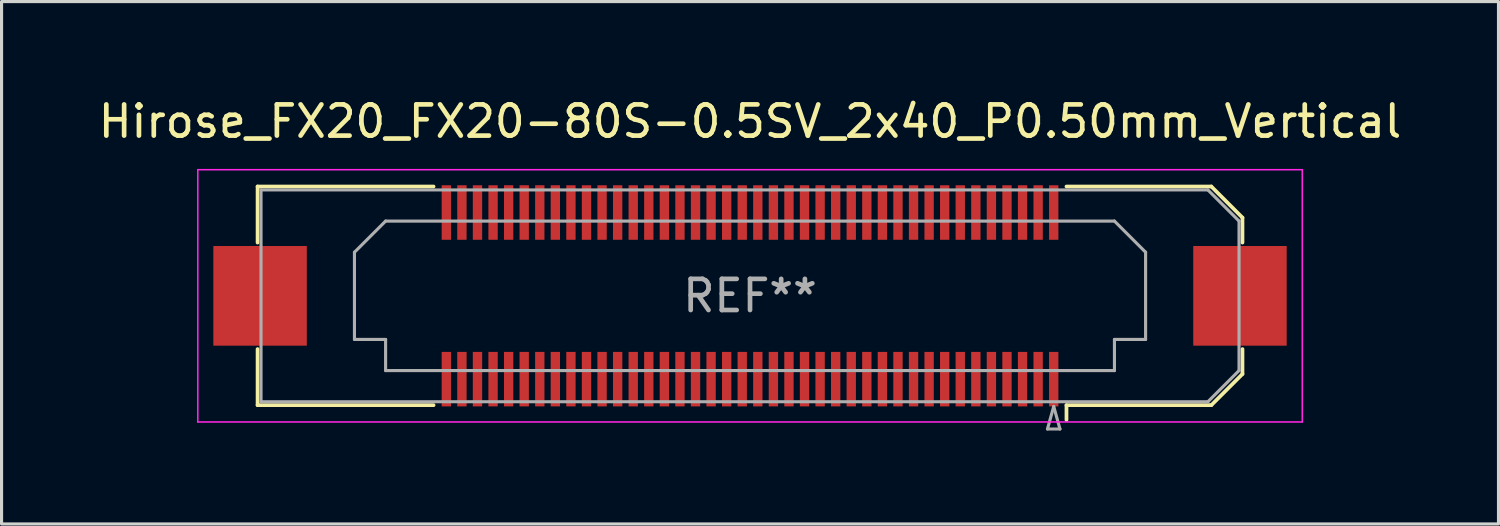
<source format=kicad_pcb>
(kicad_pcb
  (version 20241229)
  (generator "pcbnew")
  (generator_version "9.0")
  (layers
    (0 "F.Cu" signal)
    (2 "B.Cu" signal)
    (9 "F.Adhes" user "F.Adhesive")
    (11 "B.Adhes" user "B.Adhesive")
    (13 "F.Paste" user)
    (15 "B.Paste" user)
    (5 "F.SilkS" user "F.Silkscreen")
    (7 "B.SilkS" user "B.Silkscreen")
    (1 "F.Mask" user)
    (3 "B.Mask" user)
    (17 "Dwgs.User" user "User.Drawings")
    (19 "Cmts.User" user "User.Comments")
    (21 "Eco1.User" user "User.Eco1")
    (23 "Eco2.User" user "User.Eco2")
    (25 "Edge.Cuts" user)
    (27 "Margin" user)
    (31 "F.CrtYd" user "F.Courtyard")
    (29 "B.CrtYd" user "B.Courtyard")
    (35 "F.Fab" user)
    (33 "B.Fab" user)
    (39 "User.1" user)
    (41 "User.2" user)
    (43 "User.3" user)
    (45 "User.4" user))
  (footprint "Hirose_FX20_FX20-80S-0.5SV_2x40_P0.50mm_Vertical"
    (layer "F.Cu")
    (at 21.03 6.448)
    (property "Reference" "Hirose_FX20_FX20-80S-0.5SV_2x40_P0.50mm_Vertical" (at 0 -5.6 0) (layer "F.SilkS") (effects (font (size 1 1) (thickness 0.15))))
    (attr smd)
    (fp_line (start -15.81 -3.51) (end -10.16 -3.51) (stroke (width 0.12) (type solid)) (layer "F.SilkS"))
    (fp_line (start -15.81 -1.71) (end -15.81 -3.51) (stroke (width 0.12) (type solid)) (layer "F.SilkS"))
    (fp_line (start -15.81 3.51) (end -15.81 1.71) (stroke (width 0.12) (type solid)) (layer "F.SilkS"))
    (fp_line (start -10.16 3.51) (end -15.81 3.51) (stroke (width 0.12) (type solid)) (layer "F.SilkS"))
    (fp_line (start 10.16 3.51) (end 14.81 3.51) (stroke (width 0.12) (type solid)) (layer "F.SilkS"))
    (fp_line (start 10.16 3.983) (end 10.16 3.51) (stroke (width 0.12) (type solid)) (layer "F.SilkS"))
    (fp_line (start 14.81 -3.51) (end 10.16 -3.51) (stroke (width 0.12) (type solid)) (layer "F.SilkS"))
    (fp_line (start 14.81 3.51) (end 15.81 2.51) (stroke (width 0.12) (type solid)) (layer "F.SilkS"))
    (fp_line (start 15.81 -2.51) (end 14.81 -3.51) (stroke (width 0.12) (type solid)) (layer "F.SilkS"))
    (fp_line (start 15.81 -1.71) (end 15.81 -2.51) (stroke (width 0.12) (type solid)) (layer "F.SilkS"))
    (fp_line (start 15.81 2.51) (end 15.81 1.71) (stroke (width 0.12) (type solid)) (layer "F.SilkS"))
    (fp_line (start -17.73 -4.05) (end -17.73 4.05) (stroke (width 0.05) (type solid)) (layer "F.CrtYd"))
    (fp_line (start -17.73 4.05) (end 17.73 4.05) (stroke (width 0.05) (type solid)) (layer "F.CrtYd"))
    (fp_line (start 17.73 -4.05) (end -17.73 -4.05) (stroke (width 0.05) (type solid)) (layer "F.CrtYd"))
    (fp_line (start 17.73 4.05) (end 17.73 -4.05) (stroke (width 0.05) (type solid)) (layer "F.CrtYd"))
    (fp_line (start -15.7 -3.4) (end 14.7 -3.4) (stroke (width 0.1) (type solid)) (layer "F.Fab"))
    (fp_line (start -15.7 3.4) (end -15.7 -3.4) (stroke (width 0.1) (type solid)) (layer "F.Fab"))
    (fp_line (start -12.7 -1.4) (end -11.7 -2.4) (stroke (width 0.1) (type solid)) (layer "F.Fab"))
    (fp_line (start -12.7 1.4) (end -12.7 -1.4) (stroke (width 0.1) (type solid)) (layer "F.Fab"))
    (fp_line (start -11.7 -2.4) (end 11.7 -2.4) (stroke (width 0.1) (type solid)) (layer "F.Fab"))
    (fp_line (start -11.7 1.4) (end -12.7 1.4) (stroke (width 0.1) (type solid)) (layer "F.Fab"))
    (fp_line (start -11.7 2.4) (end -11.7 1.4) (stroke (width 0.1) (type solid)) (layer "F.Fab"))
    (fp_line (start 9.55 4.275) (end 9.95 4.275) (stroke (width 0.1) (type solid)) (layer "F.Fab"))
    (fp_line (start 9.75 3.55) (end 9.55 4.275) (stroke (width 0.1) (type solid)) (layer "F.Fab"))
    (fp_line (start 9.95 4.275) (end 9.75 3.55) (stroke (width 0.1) (type solid)) (layer "F.Fab"))
    (fp_line (start 11.7 -2.4) (end 12.7 -1.4) (stroke (width 0.1) (type solid)) (layer "F.Fab"))
    (fp_line (start 11.7 1.4) (end 11.7 2.4) (stroke (width 0.1) (type solid)) (layer "F.Fab"))
    (fp_line (start 11.7 2.4) (end -11.7 2.4) (stroke (width 0.1) (type solid)) (layer "F.Fab"))
    (fp_line (start 12.7 -1.4) (end 12.7 1.4) (stroke (width 0.1) (type solid)) (layer "F.Fab"))
    (fp_line (start 12.7 1.4) (end 11.7 1.4) (stroke (width 0.1) (type solid)) (layer "F.Fab"))
    (fp_line (start 14.7 -3.4) (end 15.7 -2.4) (stroke (width 0.1) (type solid)) (layer "F.Fab"))
    (fp_line (start 14.7 3.4) (end -15.7 3.4) (stroke (width 0.1) (type solid)) (layer "F.Fab"))
    (fp_line (start 15.7 -2.4) (end 15.7 2.4) (stroke (width 0.1) (type solid)) (layer "F.Fab"))
    (fp_line (start 15.7 2.4) (end 14.7 3.4) (stroke (width 0.1) (type solid)) (layer "F.Fab"))
    (fp_text user "REF**" (at 0 0 0) (layer "F.Fab") (effects (font (size 1 1) (thickness 0.15))))
    (pad "" smd rect (at -15.73 0) (size 2.98 3.18) (layers "F.Paste"))
    (pad "" smd rect (at -15.73 0) (size 3 3.2) (layers "F.Cu" "F.Mask"))
    (pad "" smd rect (at -9.75 -2.875) (size 0.28 1.35) (layers "F.Paste"))
    (pad "" smd rect (at -9.75 2.875) (size 0.28 1.35) (layers "F.Paste"))
    (pad "" smd rect (at -9.25 -2.875) (size 0.28 1.35) (layers "F.Paste"))
    (pad "" smd rect (at -9.25 2.875) (size 0.28 1.35) (layers "F.Paste"))
    (pad "" smd rect (at -8.75 -2.875) (size 0.28 1.35) (layers "F.Paste"))
    (pad "" smd rect (at -8.75 2.875) (size 0.28 1.35) (layers "F.Paste"))
    (pad "" smd rect (at -8.25 -2.875) (size 0.28 1.35) (layers "F.Paste"))
    (pad "" smd rect (at -8.25 2.875) (size 0.28 1.35) (layers "F.Paste"))
    (pad "" smd rect (at -7.75 -2.875) (size 0.28 1.35) (layers "F.Paste"))
    (pad "" smd rect (at -7.75 2.875) (size 0.28 1.35) (layers "F.Paste"))
    (pad "" smd rect (at -7.25 -2.875) (size 0.28 1.35) (layers "F.Paste"))
    (pad "" smd rect (at -7.25 2.875) (size 0.28 1.35) (layers "F.Paste"))
    (pad "" smd rect (at -6.75 -2.875) (size 0.28 1.35) (layers "F.Paste"))
    (pad "" smd rect (at -6.75 2.875) (size 0.28 1.35) (layers "F.Paste"))
    (pad "" smd rect (at -6.25 -2.875) (size 0.28 1.35) (layers "F.Paste"))
    (pad "" smd rect (at -6.25 2.875) (size 0.28 1.35) (layers "F.Paste"))
    (pad "" smd rect (at -5.75 -2.875) (size 0.28 1.35) (layers "F.Paste"))
    (pad "" smd rect (at -5.75 2.875) (size 0.28 1.35) (layers "F.Paste"))
    (pad "" smd rect (at -5.25 -2.875) (size 0.28 1.35) (layers "F.Paste"))
    (pad "" smd rect (at -5.25 2.875) (size 0.28 1.35) (layers "F.Paste"))
    (pad "" smd rect (at -4.75 -2.875) (size 0.28 1.35) (layers "F.Paste"))
    (pad "" smd rect (at -4.75 2.875) (size 0.28 1.35) (layers "F.Paste"))
    (pad "" smd rect (at -4.25 -2.875) (size 0.28 1.35) (layers "F.Paste"))
    (pad "" smd rect (at -4.25 2.875) (size 0.28 1.35) (layers "F.Paste"))
    (pad "" smd rect (at -3.75 -2.875) (size 0.28 1.35) (layers "F.Paste"))
    (pad "" smd rect (at -3.75 2.875) (size 0.28 1.35) (layers "F.Paste"))
    (pad "" smd rect (at -3.25 -2.875) (size 0.28 1.35) (layers "F.Paste"))
    (pad "" smd rect (at -3.25 2.875) (size 0.28 1.35) (layers "F.Paste"))
    (pad "" smd rect (at -2.75 -2.875) (size 0.28 1.35) (layers "F.Paste"))
    (pad "" smd rect (at -2.75 2.875) (size 0.28 1.35) (layers "F.Paste"))
    (pad "" smd rect (at -2.25 -2.875) (size 0.28 1.35) (layers "F.Paste"))
    (pad "" smd rect (at -2.25 2.875) (size 0.28 1.35) (layers "F.Paste"))
    (pad "" smd rect (at -1.75 -2.875) (size 0.28 1.35) (layers "F.Paste"))
    (pad "" smd rect (at -1.75 2.875) (size 0.28 1.35) (layers "F.Paste"))
    (pad "" smd rect (at -1.25 -2.875) (size 0.28 1.35) (layers "F.Paste"))
    (pad "" smd rect (at -1.25 2.875) (size 0.28 1.35) (layers "F.Paste"))
    (pad "" smd rect (at -0.75 -2.875) (size 0.28 1.35) (layers "F.Paste"))
    (pad "" smd rect (at -0.75 2.875) (size 0.28 1.35) (layers "F.Paste"))
    (pad "" smd rect (at -0.25 -2.875) (size 0.28 1.35) (layers "F.Paste"))
    (pad "" smd rect (at -0.25 2.875) (size 0.28 1.35) (layers "F.Paste"))
    (pad "" smd rect (at 0.25 -2.875) (size 0.28 1.35) (layers "F.Paste"))
    (pad "" smd rect (at 0.25 2.875) (size 0.28 1.35) (layers "F.Paste"))
    (pad "" smd rect (at 0.75 -2.875) (size 0.28 1.35) (layers "F.Paste"))
    (pad "" smd rect (at 0.75 2.875) (size 0.28 1.35) (layers "F.Paste"))
    (pad "" smd rect (at 1.25 -2.875) (size 0.28 1.35) (layers "F.Paste"))
    (pad "" smd rect (at 1.25 2.875) (size 0.28 1.35) (layers "F.Paste"))
    (pad "" smd rect (at 1.75 -2.875) (size 0.28 1.35) (layers "F.Paste"))
    (pad "" smd rect (at 1.75 2.875) (size 0.28 1.35) (layers "F.Paste"))
    (pad "" smd rect (at 2.25 -2.875) (size 0.28 1.35) (layers "F.Paste"))
    (pad "" smd rect (at 2.25 2.875) (size 0.28 1.35) (layers "F.Paste"))
    (pad "" smd rect (at 2.75 -2.875) (size 0.28 1.35) (layers "F.Paste"))
    (pad "" smd rect (at 2.75 2.875) (size 0.28 1.35) (layers "F.Paste"))
    (pad "" smd rect (at 3.25 -2.875) (size 0.28 1.35) (layers "F.Paste"))
    (pad "" smd rect (at 3.25 2.875) (size 0.28 1.35) (layers "F.Paste"))
    (pad "" smd rect (at 3.75 -2.875) (size 0.28 1.35) (layers "F.Paste"))
    (pad "" smd rect (at 3.75 2.875) (size 0.28 1.35) (layers "F.Paste"))
    (pad "" smd rect (at 4.25 -2.875) (size 0.28 1.35) (layers "F.Paste"))
    (pad "" smd rect (at 4.25 2.875) (size 0.28 1.35) (layers "F.Paste"))
    (pad "" smd rect (at 4.75 -2.875) (size 0.28 1.35) (layers "F.Paste"))
    (pad "" smd rect (at 4.75 2.875) (size 0.28 1.35) (layers "F.Paste"))
    (pad "" smd rect (at 5.25 -2.875) (size 0.28 1.35) (layers "F.Paste"))
    (pad "" smd rect (at 5.25 2.875) (size 0.28 1.35) (layers "F.Paste"))
    (pad "" smd rect (at 5.75 -2.875) (size 0.28 1.35) (layers "F.Paste"))
    (pad "" smd rect (at 5.75 2.875) (size 0.28 1.35) (layers "F.Paste"))
    (pad "" smd rect (at 6.25 -2.875) (size 0.28 1.35) (layers "F.Paste"))
    (pad "" smd rect (at 6.25 2.875) (size 0.28 1.35) (layers "F.Paste"))
    (pad "" smd rect (at 6.75 -2.875) (size 0.28 1.35) (layers "F.Paste"))
    (pad "" smd rect (at 6.75 2.875) (size 0.28 1.35) (layers "F.Paste"))
    (pad "" smd rect (at 7.25 -2.875) (size 0.28 1.35) (layers "F.Paste"))
    (pad "" smd rect (at 7.25 2.875) (size 0.28 1.35) (layers "F.Paste"))
    (pad "" smd rect (at 7.75 -2.875) (size 0.28 1.35) (layers "F.Paste"))
    (pad "" smd rect (at 7.75 2.875) (size 0.28 1.35) (layers "F.Paste"))
    (pad "" smd rect (at 8.25 -2.875) (size 0.28 1.35) (layers "F.Paste"))
    (pad "" smd rect (at 8.25 2.875) (size 0.28 1.35) (layers "F.Paste"))
    (pad "" smd rect (at 8.75 -2.875) (size 0.28 1.35) (layers "F.Paste"))
    (pad "" smd rect (at 8.75 2.875) (size 0.28 1.35) (layers "F.Paste"))
    (pad "" smd rect (at 9.25 -2.875) (size 0.28 1.35) (layers "F.Paste"))
    (pad "" smd rect (at 9.25 2.875) (size 0.28 1.35) (layers "F.Paste"))
    (pad "" smd rect (at 9.75 -2.875) (size 0.28 1.35) (layers "F.Paste"))
    (pad "" smd rect (at 9.75 2.875) (size 0.28 1.35) (layers "F.Paste"))
    (pad "" smd rect (at 15.73 0) (size 2.98 3.18) (layers "F.Paste"))
    (pad "" smd rect (at 15.73 0) (size 3 3.2) (layers "F.Cu" "F.Mask"))
    (pad "1" smd rect (at 9.75 2.675) (size 0.3 1.75) (layers "F.Cu" "F.Mask"))
    (pad "2" smd rect (at 9.75 -2.675) (size 0.3 1.75) (layers "F.Cu" "F.Mask"))
    (pad "3" smd rect (at 9.25 2.675) (size 0.3 1.75) (layers "F.Cu" "F.Mask"))
    (pad "4" smd rect (at 9.25 -2.675) (size 0.3 1.75) (layers "F.Cu" "F.Mask"))
    (pad "5" smd rect (at 8.75 2.675) (size 0.3 1.75) (layers "F.Cu" "F.Mask"))
    (pad "6" smd rect (at 8.75 -2.675) (size 0.3 1.75) (layers "F.Cu" "F.Mask"))
    (pad "7" smd rect (at 8.25 2.675) (size 0.3 1.75) (layers "F.Cu" "F.Mask"))
    (pad "8" smd rect (at 8.25 -2.675) (size 0.3 1.75) (layers "F.Cu" "F.Mask"))
    (pad "9" smd rect (at 7.75 2.675) (size 0.3 1.75) (layers "F.Cu" "F.Mask"))
    (pad "10" smd rect (at 7.75 -2.675) (size 0.3 1.75) (layers "F.Cu" "F.Mask"))
    (pad "11" smd rect (at 7.25 2.675) (size 0.3 1.75) (layers "F.Cu" "F.Mask"))
    (pad "12" smd rect (at 7.25 -2.675) (size 0.3 1.75) (layers "F.Cu" "F.Mask"))
    (pad "13" smd rect (at 6.75 2.675) (size 0.3 1.75) (layers "F.Cu" "F.Mask"))
    (pad "14" smd rect (at 6.75 -2.675) (size 0.3 1.75) (layers "F.Cu" "F.Mask"))
    (pad "15" smd rect (at 6.25 2.675) (size 0.3 1.75) (layers "F.Cu" "F.Mask"))
    (pad "16" smd rect (at 6.25 -2.675) (size 0.3 1.75) (layers "F.Cu" "F.Mask"))
    (pad "17" smd rect (at 5.75 2.675) (size 0.3 1.75) (layers "F.Cu" "F.Mask"))
    (pad "18" smd rect (at 5.75 -2.675) (size 0.3 1.75) (layers "F.Cu" "F.Mask"))
    (pad "19" smd rect (at 5.25 2.675) (size 0.3 1.75) (layers "F.Cu" "F.Mask"))
    (pad "20" smd rect (at 5.25 -2.675) (size 0.3 1.75) (layers "F.Cu" "F.Mask"))
    (pad "21" smd rect (at 4.75 2.675) (size 0.3 1.75) (layers "F.Cu" "F.Mask"))
    (pad "22" smd rect (at 4.75 -2.675) (size 0.3 1.75) (layers "F.Cu" "F.Mask"))
    (pad "23" smd rect (at 4.25 2.675) (size 0.3 1.75) (layers "F.Cu" "F.Mask"))
    (pad "24" smd rect (at 4.25 -2.675) (size 0.3 1.75) (layers "F.Cu" "F.Mask"))
    (pad "25" smd rect (at 3.75 2.675) (size 0.3 1.75) (layers "F.Cu" "F.Mask"))
    (pad "26" smd rect (at 3.75 -2.675) (size 0.3 1.75) (layers "F.Cu" "F.Mask"))
    (pad "27" smd rect (at 3.25 2.675) (size 0.3 1.75) (layers "F.Cu" "F.Mask"))
    (pad "28" smd rect (at 3.25 -2.675) (size 0.3 1.75) (layers "F.Cu" "F.Mask"))
    (pad "29" smd rect (at 2.75 2.675) (size 0.3 1.75) (layers "F.Cu" "F.Mask"))
    (pad "30" smd rect (at 2.75 -2.675) (size 0.3 1.75) (layers "F.Cu" "F.Mask"))
    (pad "31" smd rect (at 2.25 2.675) (size 0.3 1.75) (layers "F.Cu" "F.Mask"))
    (pad "32" smd rect (at 2.25 -2.675) (size 0.3 1.75) (layers "F.Cu" "F.Mask"))
    (pad "33" smd rect (at 1.75 2.675) (size 0.3 1.75) (layers "F.Cu" "F.Mask"))
    (pad "34" smd rect (at 1.75 -2.675) (size 0.3 1.75) (layers "F.Cu" "F.Mask"))
    (pad "35" smd rect (at 1.25 2.675) (size 0.3 1.75) (layers "F.Cu" "F.Mask"))
    (pad "36" smd rect (at 1.25 -2.675) (size 0.3 1.75) (layers "F.Cu" "F.Mask"))
    (pad "37" smd rect (at 0.75 2.675) (size 0.3 1.75) (layers "F.Cu" "F.Mask"))
    (pad "38" smd rect (at 0.75 -2.675) (size 0.3 1.75) (layers "F.Cu" "F.Mask"))
    (pad "39" smd rect (at 0.25 2.675) (size 0.3 1.75) (layers "F.Cu" "F.Mask"))
    (pad "40" smd rect (at 0.25 -2.675) (size 0.3 1.75) (layers "F.Cu" "F.Mask"))
    (pad "41" smd rect (at -0.25 2.675) (size 0.3 1.75) (layers "F.Cu" "F.Mask"))
    (pad "42" smd rect (at -0.25 -2.675) (size 0.3 1.75) (layers "F.Cu" "F.Mask"))
    (pad "43" smd rect (at -0.75 2.675) (size 0.3 1.75) (layers "F.Cu" "F.Mask"))
    (pad "44" smd rect (at -0.75 -2.675) (size 0.3 1.75) (layers "F.Cu" "F.Mask"))
    (pad "45" smd rect (at -1.25 2.675) (size 0.3 1.75) (layers "F.Cu" "F.Mask"))
    (pad "46" smd rect (at -1.25 -2.675) (size 0.3 1.75) (layers "F.Cu" "F.Mask"))
    (pad "47" smd rect (at -1.75 2.675) (size 0.3 1.75) (layers "F.Cu" "F.Mask"))
    (pad "48" smd rect (at -1.75 -2.675) (size 0.3 1.75) (layers "F.Cu" "F.Mask"))
    (pad "49" smd rect (at -2.25 2.675) (size 0.3 1.75) (layers "F.Cu" "F.Mask"))
    (pad "50" smd rect (at -2.25 -2.675) (size 0.3 1.75) (layers "F.Cu" "F.Mask"))
    (pad "51" smd rect (at -2.75 2.675) (size 0.3 1.75) (layers "F.Cu" "F.Mask"))
    (pad "52" smd rect (at -2.75 -2.675) (size 0.3 1.75) (layers "F.Cu" "F.Mask"))
    (pad "53" smd rect (at -3.25 2.675) (size 0.3 1.75) (layers "F.Cu" "F.Mask"))
    (pad "54" smd rect (at -3.25 -2.675) (size 0.3 1.75) (layers "F.Cu" "F.Mask"))
    (pad "55" smd rect (at -3.75 2.675) (size 0.3 1.75) (layers "F.Cu" "F.Mask"))
    (pad "56" smd rect (at -3.75 -2.675) (size 0.3 1.75) (layers "F.Cu" "F.Mask"))
    (pad "57" smd rect (at -4.25 2.675) (size 0.3 1.75) (layers "F.Cu" "F.Mask"))
    (pad "58" smd rect (at -4.25 -2.675) (size 0.3 1.75) (layers "F.Cu" "F.Mask"))
    (pad "59" smd rect (at -4.75 2.675) (size 0.3 1.75) (layers "F.Cu" "F.Mask"))
    (pad "60" smd rect (at -4.75 -2.675) (size 0.3 1.75) (layers "F.Cu" "F.Mask"))
    (pad "61" smd rect (at -5.25 2.675) (size 0.3 1.75) (layers "F.Cu" "F.Mask"))
    (pad "62" smd rect (at -5.25 -2.675) (size 0.3 1.75) (layers "F.Cu" "F.Mask"))
    (pad "63" smd rect (at -5.75 2.675) (size 0.3 1.75) (layers "F.Cu" "F.Mask"))
    (pad "64" smd rect (at -5.75 -2.675) (size 0.3 1.75) (layers "F.Cu" "F.Mask"))
    (pad "65" smd rect (at -6.25 2.675) (size 0.3 1.75) (layers "F.Cu" "F.Mask"))
    (pad "66" smd rect (at -6.25 -2.675) (size 0.3 1.75) (layers "F.Cu" "F.Mask"))
    (pad "67" smd rect (at -6.75 2.675) (size 0.3 1.75) (layers "F.Cu" "F.Mask"))
    (pad "68" smd rect (at -6.75 -2.675) (size 0.3 1.75) (layers "F.Cu" "F.Mask"))
    (pad "69" smd rect (at -7.25 2.675) (size 0.3 1.75) (layers "F.Cu" "F.Mask"))
    (pad "70" smd rect (at -7.25 -2.675) (size 0.3 1.75) (layers "F.Cu" "F.Mask"))
    (pad "71" smd rect (at -7.75 2.675) (size 0.3 1.75) (layers "F.Cu" "F.Mask"))
    (pad "72" smd rect (at -7.75 -2.675) (size 0.3 1.75) (layers "F.Cu" "F.Mask"))
    (pad "73" smd rect (at -8.25 2.675) (size 0.3 1.75) (layers "F.Cu" "F.Mask"))
    (pad "74" smd rect (at -8.25 -2.675) (size 0.3 1.75) (layers "F.Cu" "F.Mask"))
    (pad "75" smd rect (at -8.75 2.675) (size 0.3 1.75) (layers "F.Cu" "F.Mask"))
    (pad "76" smd rect (at -8.75 -2.675) (size 0.3 1.75) (layers "F.Cu" "F.Mask"))
    (pad "77" smd rect (at -9.25 2.675) (size 0.3 1.75) (layers "F.Cu" "F.Mask"))
    (pad "78" smd rect (at -9.25 -2.675) (size 0.3 1.75) (layers "F.Cu" "F.Mask"))
    (pad "79" smd rect (at -9.75 2.675) (size 0.3 1.75) (layers "F.Cu" "F.Mask"))
    (pad "80" smd rect (at -9.75 -2.675) (size 0.3 1.75) (layers "F.Cu" "F.Mask")))
  (gr_rect
    (start -3 -3)
    (end 45.06 13.773)
    (stroke (width 0.1) (type default))
    (fill no)
    (layer "Edge.Cuts")))
</source>
